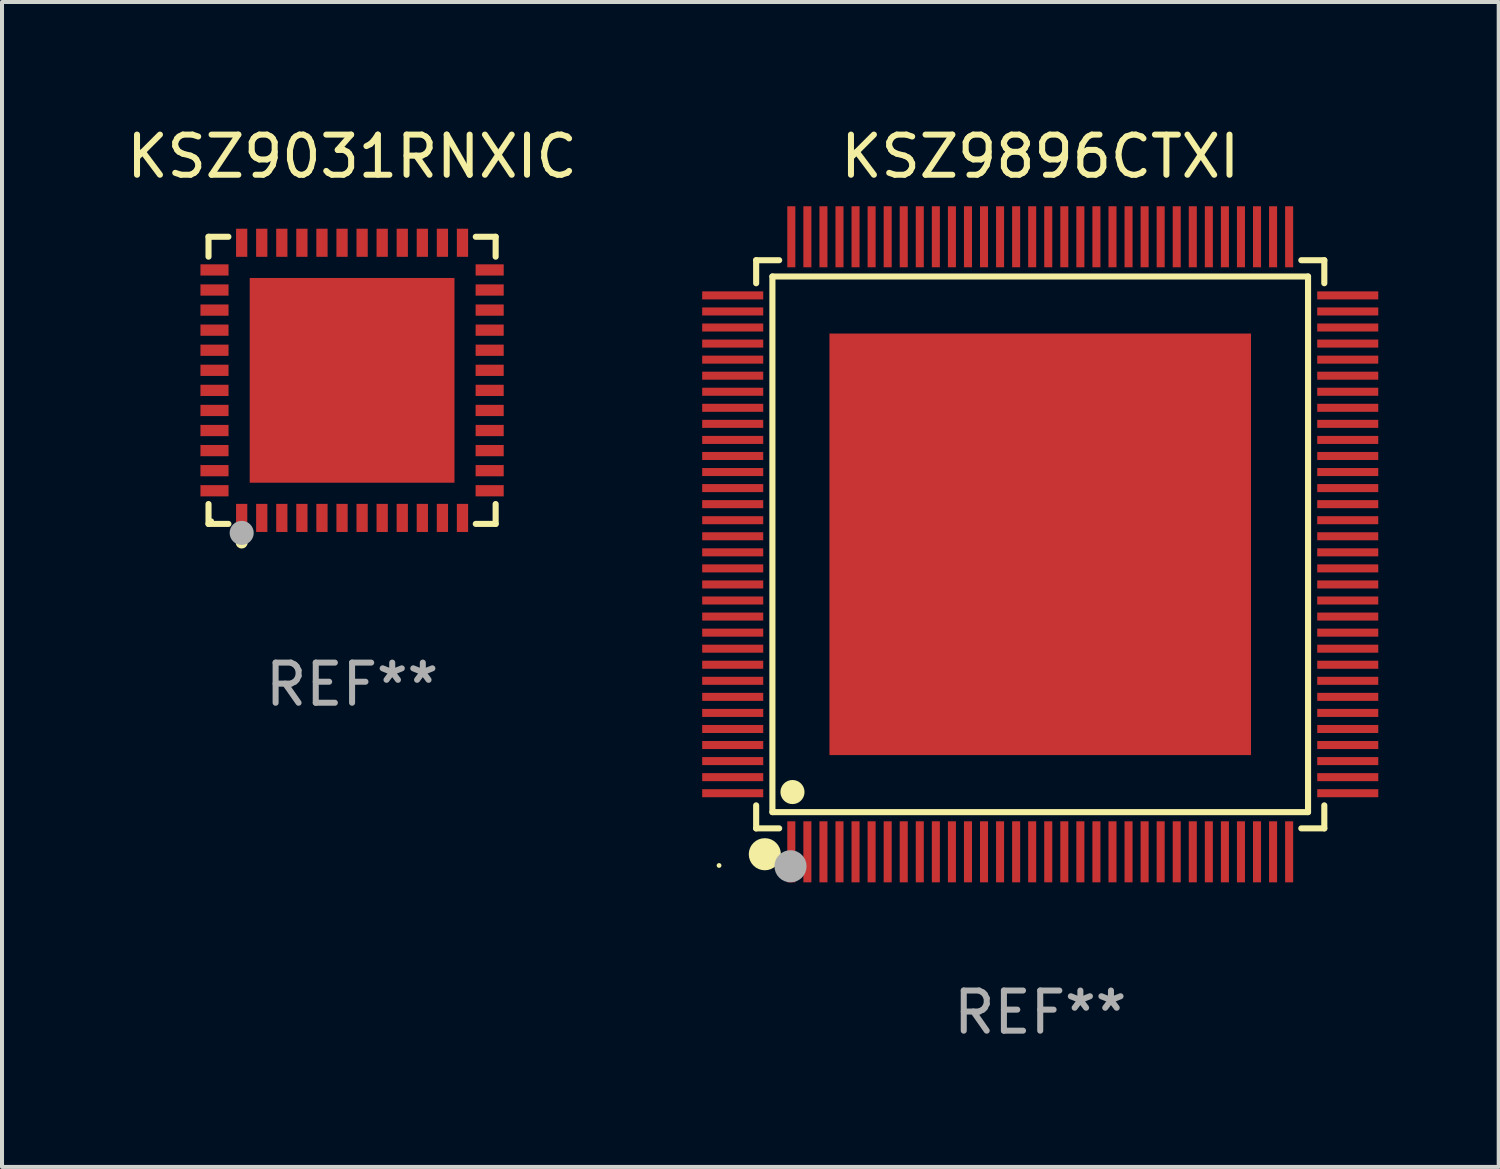
<source format=kicad_pcb>
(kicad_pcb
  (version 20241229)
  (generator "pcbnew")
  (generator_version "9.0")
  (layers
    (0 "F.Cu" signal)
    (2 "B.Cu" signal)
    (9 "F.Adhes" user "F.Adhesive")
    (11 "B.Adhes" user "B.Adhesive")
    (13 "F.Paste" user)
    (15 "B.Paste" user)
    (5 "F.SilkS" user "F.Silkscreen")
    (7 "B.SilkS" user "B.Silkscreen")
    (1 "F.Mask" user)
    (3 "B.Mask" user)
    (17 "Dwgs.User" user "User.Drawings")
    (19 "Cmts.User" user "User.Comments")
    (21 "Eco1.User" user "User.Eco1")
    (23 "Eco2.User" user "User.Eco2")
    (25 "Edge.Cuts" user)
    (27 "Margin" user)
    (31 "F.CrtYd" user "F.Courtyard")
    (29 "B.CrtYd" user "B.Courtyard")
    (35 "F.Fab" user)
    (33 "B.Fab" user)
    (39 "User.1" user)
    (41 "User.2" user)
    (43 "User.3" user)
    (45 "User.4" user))
  (footprint "KSZ9031RNXIC"
    (layer "F.Cu")
    (at 5.72 6.424)
    (property "Reference" "KSZ9031RNXIC" (at 0 -5.576 0) (layer "F.SilkS") (effects (font (size 1 1) (thickness 0.15))))
    (attr through_hole)
    (fp_line (start -3.576 -3.576) (end -3.081 -3.576) (stroke (width 0.152) (type solid)) (layer "F.SilkS"))
    (fp_line (start -3.576 -3.081) (end -3.576 -3.576) (stroke (width 0.152) (type solid)) (layer "F.SilkS"))
    (fp_line (start -3.576 3.081) (end -3.576 3.576) (stroke (width 0.152) (type solid)) (layer "F.SilkS"))
    (fp_line (start -3.576 3.576) (end -3.081 3.576) (stroke (width 0.152) (type solid)) (layer "F.SilkS"))
    (fp_line (start 3.576 -3.576) (end 3.081 -3.576) (stroke (width 0.152) (type solid)) (layer "F.SilkS"))
    (fp_line (start 3.576 -3.081) (end 3.576 -3.576) (stroke (width 0.152) (type solid)) (layer "F.SilkS"))
    (fp_line (start 3.576 3.081) (end 3.576 3.576) (stroke (width 0.152) (type solid)) (layer "F.SilkS"))
    (fp_line (start 3.576 3.576) (end 3.081 3.576) (stroke (width 0.152) (type solid)) (layer "F.SilkS"))
    (fp_circle (center -3.5 3.5) (end -3.47 3.5) (stroke (width 0.06) (type solid)) (fill no) (layer "F.SilkS"))
    (fp_circle (center -2.75 4.04) (end -2.675 4.04) (stroke (width 0.15) (type solid)) (fill no) (layer "F.SilkS"))
    (fp_circle (center -2.75 3.8) (end -2.6 3.8) (stroke (width 0.3) (type solid)) (fill no) (layer "F.Fab"))
    (fp_text user "REF**" (at 0 7.576 0) (layer "F.Fab") (effects (font (size 1 1) (thickness 0.15))))
    (pad "1" smd rect (at -2.75 3.427) (size 0.28 0.7) (layers "F.Cu" "F.Mask" "F.Paste"))
    (pad "2" smd rect (at -2.25 3.427) (size 0.28 0.7) (layers "F.Cu" "F.Mask" "F.Paste"))
    (pad "3" smd rect (at -1.75 3.427) (size 0.28 0.7) (layers "F.Cu" "F.Mask" "F.Paste"))
    (pad "4" smd rect (at -1.25 3.427) (size 0.28 0.7) (layers "F.Cu" "F.Mask" "F.Paste"))
    (pad "5" smd rect (at -0.75 3.427) (size 0.28 0.7) (layers "F.Cu" "F.Mask" "F.Paste"))
    (pad "6" smd rect (at -0.25 3.427) (size 0.28 0.7) (layers "F.Cu" "F.Mask" "F.Paste"))
    (pad "7" smd rect (at 0.25 3.427) (size 0.28 0.7) (layers "F.Cu" "F.Mask" "F.Paste"))
    (pad "8" smd rect (at 0.75 3.427) (size 0.28 0.7) (layers "F.Cu" "F.Mask" "F.Paste"))
    (pad "9" smd rect (at 1.25 3.427) (size 0.28 0.7) (layers "F.Cu" "F.Mask" "F.Paste"))
    (pad "10" smd rect (at 1.75 3.427) (size 0.28 0.7) (layers "F.Cu" "F.Mask" "F.Paste"))
    (pad "11" smd rect (at 2.25 3.427) (size 0.28 0.7) (layers "F.Cu" "F.Mask" "F.Paste"))
    (pad "12" smd rect (at 2.75 3.427) (size 0.28 0.7) (layers "F.Cu" "F.Mask" "F.Paste"))
    (pad "13" smd rect (at 3.427 2.75) (size 0.7 0.28) (layers "F.Cu" "F.Mask" "F.Paste"))
    (pad "14" smd rect (at 3.427 2.25) (size 0.7 0.28) (layers "F.Cu" "F.Mask" "F.Paste"))
    (pad "15" smd rect (at 3.427 1.75) (size 0.7 0.28) (layers "F.Cu" "F.Mask" "F.Paste"))
    (pad "16" smd rect (at 3.427 1.25) (size 0.7 0.28) (layers "F.Cu" "F.Mask" "F.Paste"))
    (pad "17" smd rect (at 3.427 0.75) (size 0.7 0.28) (layers "F.Cu" "F.Mask" "F.Paste"))
    (pad "18" smd rect (at 3.427 0.25) (size 0.7 0.28) (layers "F.Cu" "F.Mask" "F.Paste"))
    (pad "19" smd rect (at 3.427 -0.25) (size 0.7 0.28) (layers "F.Cu" "F.Mask" "F.Paste"))
    (pad "20" smd rect (at 3.427 -0.75) (size 0.7 0.28) (layers "F.Cu" "F.Mask" "F.Paste"))
    (pad "21" smd rect (at 3.427 -1.25) (size 0.7 0.28) (layers "F.Cu" "F.Mask" "F.Paste"))
    (pad "22" smd rect (at 3.427 -1.75) (size 0.7 0.28) (layers "F.Cu" "F.Mask" "F.Paste"))
    (pad "23" smd rect (at 3.427 -2.25) (size 0.7 0.28) (layers "F.Cu" "F.Mask" "F.Paste"))
    (pad "24" smd rect (at 3.427 -2.75) (size 0.7 0.28) (layers "F.Cu" "F.Mask" "F.Paste"))
    (pad "25" smd rect (at 2.75 -3.427) (size 0.28 0.7) (layers "F.Cu" "F.Mask" "F.Paste"))
    (pad "26" smd rect (at 2.25 -3.427) (size 0.28 0.7) (layers "F.Cu" "F.Mask" "F.Paste"))
    (pad "27" smd rect (at 1.75 -3.427) (size 0.28 0.7) (layers "F.Cu" "F.Mask" "F.Paste"))
    (pad "28" smd rect (at 1.25 -3.427) (size 0.28 0.7) (layers "F.Cu" "F.Mask" "F.Paste"))
    (pad "29" smd rect (at 0.75 -3.427) (size 0.28 0.7) (layers "F.Cu" "F.Mask" "F.Paste"))
    (pad "30" smd rect (at 0.25 -3.427) (size 0.28 0.7) (layers "F.Cu" "F.Mask" "F.Paste"))
    (pad "31" smd rect (at -0.25 -3.427) (size 0.28 0.7) (layers "F.Cu" "F.Mask" "F.Paste"))
    (pad "32" smd rect (at -0.75 -3.427) (size 0.28 0.7) (layers "F.Cu" "F.Mask" "F.Paste"))
    (pad "33" smd rect (at -1.25 -3.427) (size 0.28 0.7) (layers "F.Cu" "F.Mask" "F.Paste"))
    (pad "34" smd rect (at -1.75 -3.427) (size 0.28 0.7) (layers "F.Cu" "F.Mask" "F.Paste"))
    (pad "35" smd rect (at -2.25 -3.427) (size 0.28 0.7) (layers "F.Cu" "F.Mask" "F.Paste"))
    (pad "36" smd rect (at -2.75 -3.427) (size 0.28 0.7) (layers "F.Cu" "F.Mask" "F.Paste"))
    (pad "37" smd rect (at -3.427 -2.75) (size 0.7 0.28) (layers "F.Cu" "F.Mask" "F.Paste"))
    (pad "38" smd rect (at -3.427 -2.25) (size 0.7 0.28) (layers "F.Cu" "F.Mask" "F.Paste"))
    (pad "39" smd rect (at -3.427 -1.75) (size 0.7 0.28) (layers "F.Cu" "F.Mask" "F.Paste"))
    (pad "40" smd rect (at -3.427 -1.25) (size 0.7 0.28) (layers "F.Cu" "F.Mask" "F.Paste"))
    (pad "41" smd rect (at -3.427 -0.75) (size 0.7 0.28) (layers "F.Cu" "F.Mask" "F.Paste"))
    (pad "42" smd rect (at -3.427 -0.25) (size 0.7 0.28) (layers "F.Cu" "F.Mask" "F.Paste"))
    (pad "43" smd rect (at -3.427 0.25) (size 0.7 0.28) (layers "F.Cu" "F.Mask" "F.Paste"))
    (pad "44" smd rect (at -3.427 0.75) (size 0.7 0.28) (layers "F.Cu" "F.Mask" "F.Paste"))
    (pad "45" smd rect (at -3.427 1.25) (size 0.7 0.28) (layers "F.Cu" "F.Mask" "F.Paste"))
    (pad "46" smd rect (at -3.427 1.75) (size 0.7 0.28) (layers "F.Cu" "F.Mask" "F.Paste"))
    (pad "47" smd rect (at -3.427 2.25) (size 0.7 0.28) (layers "F.Cu" "F.Mask" "F.Paste"))
    (pad "48" smd rect (at -3.427 2.75) (size 0.7 0.28) (layers "F.Cu" "F.Mask" "F.Paste"))
    (pad "49" smd rect (at 0 0) (size 5.1 5.1) (layers "F.Cu" "F.Mask" "F.Paste")))
  (footprint "KSZ9896CTXI"
    (layer "F.Cu")
    (at 22.861 10.508)
    (property "Reference" "KSZ9896CTXI" (at 0 -9.66 0) (layer "F.SilkS") (effects (font (size 1 1) (thickness 0.15))))
    (attr through_hole)
    (fp_line (start -7.076 -7.076) (end -6.503 -7.076) (stroke (width 0.152) (type solid)) (layer "F.SilkS"))
    (fp_line (start -7.076 -6.503) (end -7.076 -7.076) (stroke (width 0.152) (type solid)) (layer "F.SilkS"))
    (fp_line (start -7.076 6.503) (end -7.076 7.076) (stroke (width 0.152) (type solid)) (layer "F.SilkS"))
    (fp_line (start -7.076 7.076) (end -6.503 7.076) (stroke (width 0.152) (type solid)) (layer "F.SilkS"))
    (fp_line (start -6.671 -6.671) (end 6.671 -6.671) (stroke (width 0.152) (type solid)) (layer "F.SilkS"))
    (fp_line (start -6.671 6.671) (end -6.671 -6.671) (stroke (width 0.152) (type solid)) (layer "F.SilkS"))
    (fp_line (start 6.671 -6.671) (end 6.671 6.671) (stroke (width 0.152) (type solid)) (layer "F.SilkS"))
    (fp_line (start 6.671 6.671) (end -6.671 6.671) (stroke (width 0.152) (type solid)) (layer "F.SilkS"))
    (fp_line (start 7.076 -7.076) (end 6.503 -7.076) (stroke (width 0.152) (type solid)) (layer "F.SilkS"))
    (fp_line (start 7.076 -6.503) (end 7.076 -7.076) (stroke (width 0.152) (type solid)) (layer "F.SilkS"))
    (fp_line (start 7.076 6.503) (end 7.076 7.076) (stroke (width 0.152) (type solid)) (layer "F.SilkS"))
    (fp_line (start 7.076 7.076) (end 6.503 7.076) (stroke (width 0.152) (type solid)) (layer "F.SilkS"))
    (fp_circle (center -8 8) (end -7.97 8) (stroke (width 0.06) (type solid)) (fill no) (layer "F.SilkS"))
    (fp_circle (center -6.86 7.72) (end -6.66 7.72) (stroke (width 0.4) (type solid)) (fill no) (layer "F.SilkS"))
    (fp_circle (center -6.171 6.171) (end -6.021 6.171) (stroke (width 0.3) (type solid)) (fill no) (layer "F.SilkS"))
    (fp_circle (center -6.22 8.02) (end -6.02 8.02) (stroke (width 0.4) (type solid)) (fill no) (layer "F.Fab"))
    (fp_text user "REF**" (at 0 11.66 0) (layer "F.Fab") (effects (font (size 1 1) (thickness 0.15))))
    (pad "1" smd rect (at -6.2 7.66) (size 0.2 1.52) (layers "F.Cu" "F.Mask" "F.Paste"))
    (pad "2" smd rect (at -5.8 7.66) (size 0.2 1.52) (layers "F.Cu" "F.Mask" "F.Paste"))
    (pad "3" smd rect (at -5.4 7.66) (size 0.2 1.52) (layers "F.Cu" "F.Mask" "F.Paste"))
    (pad "4" smd rect (at -5 7.66) (size 0.2 1.52) (layers "F.Cu" "F.Mask" "F.Paste"))
    (pad "5" smd rect (at -4.6 7.66) (size 0.2 1.52) (layers "F.Cu" "F.Mask" "F.Paste"))
    (pad "6" smd rect (at -4.2 7.66) (size 0.2 1.52) (layers "F.Cu" "F.Mask" "F.Paste"))
    (pad "7" smd rect (at -3.8 7.66) (size 0.2 1.52) (layers "F.Cu" "F.Mask" "F.Paste"))
    (pad "8" smd rect (at -3.4 7.66) (size 0.2 1.52) (layers "F.Cu" "F.Mask" "F.Paste"))
    (pad "9" smd rect (at -3 7.66) (size 0.2 1.52) (layers "F.Cu" "F.Mask" "F.Paste"))
    (pad "10" smd rect (at -2.6 7.66) (size 0.2 1.52) (layers "F.Cu" "F.Mask" "F.Paste"))
    (pad "11" smd rect (at -2.2 7.66) (size 0.2 1.52) (layers "F.Cu" "F.Mask" "F.Paste"))
    (pad "12" smd rect (at -1.8 7.66) (size 0.2 1.52) (layers "F.Cu" "F.Mask" "F.Paste"))
    (pad "13" smd rect (at -1.4 7.66) (size 0.2 1.52) (layers "F.Cu" "F.Mask" "F.Paste"))
    (pad "14" smd rect (at -1 7.66) (size 0.2 1.52) (layers "F.Cu" "F.Mask" "F.Paste"))
    (pad "15" smd rect (at -0.6 7.66) (size 0.2 1.52) (layers "F.Cu" "F.Mask" "F.Paste"))
    (pad "16" smd rect (at -0.2 7.66) (size 0.2 1.52) (layers "F.Cu" "F.Mask" "F.Paste"))
    (pad "17" smd rect (at 0.2 7.66) (size 0.2 1.52) (layers "F.Cu" "F.Mask" "F.Paste"))
    (pad "18" smd rect (at 0.6 7.66) (size 0.2 1.52) (layers "F.Cu" "F.Mask" "F.Paste"))
    (pad "19" smd rect (at 1 7.66) (size 0.2 1.52) (layers "F.Cu" "F.Mask" "F.Paste"))
    (pad "20" smd rect (at 1.4 7.66) (size 0.2 1.52) (layers "F.Cu" "F.Mask" "F.Paste"))
    (pad "21" smd rect (at 1.8 7.66) (size 0.2 1.52) (layers "F.Cu" "F.Mask" "F.Paste"))
    (pad "22" smd rect (at 2.2 7.66) (size 0.2 1.52) (layers "F.Cu" "F.Mask" "F.Paste"))
    (pad "23" smd rect (at 2.6 7.66) (size 0.2 1.52) (layers "F.Cu" "F.Mask" "F.Paste"))
    (pad "24" smd rect (at 3 7.66) (size 0.2 1.52) (layers "F.Cu" "F.Mask" "F.Paste"))
    (pad "25" smd rect (at 3.4 7.66) (size 0.2 1.52) (layers "F.Cu" "F.Mask" "F.Paste"))
    (pad "26" smd rect (at 3.8 7.66) (size 0.2 1.52) (layers "F.Cu" "F.Mask" "F.Paste"))
    (pad "27" smd rect (at 4.2 7.66) (size 0.2 1.52) (layers "F.Cu" "F.Mask" "F.Paste"))
    (pad "28" smd rect (at 4.6 7.66) (size 0.2 1.52) (layers "F.Cu" "F.Mask" "F.Paste"))
    (pad "29" smd rect (at 5 7.66) (size 0.2 1.52) (layers "F.Cu" "F.Mask" "F.Paste"))
    (pad "30" smd rect (at 5.4 7.66) (size 0.2 1.52) (layers "F.Cu" "F.Mask" "F.Paste"))
    (pad "31" smd rect (at 5.8 7.66) (size 0.2 1.52) (layers "F.Cu" "F.Mask" "F.Paste"))
    (pad "32" smd rect (at 6.2 7.66) (size 0.2 1.52) (layers "F.Cu" "F.Mask" "F.Paste"))
    (pad "33" smd rect (at 7.66 6.2) (size 1.52 0.2) (layers "F.Cu" "F.Mask" "F.Paste"))
    (pad "34" smd rect (at 7.66 5.8) (size 1.52 0.2) (layers "F.Cu" "F.Mask" "F.Paste"))
    (pad "35" smd rect (at 7.66 5.4) (size 1.52 0.2) (layers "F.Cu" "F.Mask" "F.Paste"))
    (pad "36" smd rect (at 7.66 5) (size 1.52 0.2) (layers "F.Cu" "F.Mask" "F.Paste"))
    (pad "37" smd rect (at 7.66 4.6) (size 1.52 0.2) (layers "F.Cu" "F.Mask" "F.Paste"))
    (pad "38" smd rect (at 7.66 4.2) (size 1.52 0.2) (layers "F.Cu" "F.Mask" "F.Paste"))
    (pad "39" smd rect (at 7.66 3.8) (size 1.52 0.2) (layers "F.Cu" "F.Mask" "F.Paste"))
    (pad "40" smd rect (at 7.66 3.4) (size 1.52 0.2) (layers "F.Cu" "F.Mask" "F.Paste"))
    (pad "41" smd rect (at 7.66 3) (size 1.52 0.2) (layers "F.Cu" "F.Mask" "F.Paste"))
    (pad "42" smd rect (at 7.66 2.6) (size 1.52 0.2) (layers "F.Cu" "F.Mask" "F.Paste"))
    (pad "43" smd rect (at 7.66 2.2) (size 1.52 0.2) (layers "F.Cu" "F.Mask" "F.Paste"))
    (pad "44" smd rect (at 7.66 1.8) (size 1.52 0.2) (layers "F.Cu" "F.Mask" "F.Paste"))
    (pad "45" smd rect (at 7.66 1.4) (size 1.52 0.2) (layers "F.Cu" "F.Mask" "F.Paste"))
    (pad "46" smd rect (at 7.66 1) (size 1.52 0.2) (layers "F.Cu" "F.Mask" "F.Paste"))
    (pad "47" smd rect (at 7.66 0.6) (size 1.52 0.2) (layers "F.Cu" "F.Mask" "F.Paste"))
    (pad "48" smd rect (at 7.66 0.2) (size 1.52 0.2) (layers "F.Cu" "F.Mask" "F.Paste"))
    (pad "49" smd rect (at 7.66 -0.2) (size 1.52 0.2) (layers "F.Cu" "F.Mask" "F.Paste"))
    (pad "50" smd rect (at 7.66 -0.6) (size 1.52 0.2) (layers "F.Cu" "F.Mask" "F.Paste"))
    (pad "51" smd rect (at 7.66 -1) (size 1.52 0.2) (layers "F.Cu" "F.Mask" "F.Paste"))
    (pad "52" smd rect (at 7.66 -1.4) (size 1.52 0.2) (layers "F.Cu" "F.Mask" "F.Paste"))
    (pad "53" smd rect (at 7.66 -1.8) (size 1.52 0.2) (layers "F.Cu" "F.Mask" "F.Paste"))
    (pad "54" smd rect (at 7.66 -2.2) (size 1.52 0.2) (layers "F.Cu" "F.Mask" "F.Paste"))
    (pad "55" smd rect (at 7.66 -2.6) (size 1.52 0.2) (layers "F.Cu" "F.Mask" "F.Paste"))
    (pad "56" smd rect (at 7.66 -3) (size 1.52 0.2) (layers "F.Cu" "F.Mask" "F.Paste"))
    (pad "57" smd rect (at 7.66 -3.4) (size 1.52 0.2) (layers "F.Cu" "F.Mask" "F.Paste"))
    (pad "58" smd rect (at 7.66 -3.8) (size 1.52 0.2) (layers "F.Cu" "F.Mask" "F.Paste"))
    (pad "59" smd rect (at 7.66 -4.2) (size 1.52 0.2) (layers "F.Cu" "F.Mask" "F.Paste"))
    (pad "60" smd rect (at 7.66 -4.6) (size 1.52 0.2) (layers "F.Cu" "F.Mask" "F.Paste"))
    (pad "61" smd rect (at 7.66 -5) (size 1.52 0.2) (layers "F.Cu" "F.Mask" "F.Paste"))
    (pad "62" smd rect (at 7.66 -5.4) (size 1.52 0.2) (layers "F.Cu" "F.Mask" "F.Paste"))
    (pad "63" smd rect (at 7.66 -5.8) (size 1.52 0.2) (layers "F.Cu" "F.Mask" "F.Paste"))
    (pad "64" smd rect (at 7.66 -6.2) (size 1.52 0.2) (layers "F.Cu" "F.Mask" "F.Paste"))
    (pad "65" smd rect (at 6.2 -7.66) (size 0.2 1.52) (layers "F.Cu" "F.Mask" "F.Paste"))
    (pad "66" smd rect (at 5.8 -7.66) (size 0.2 1.52) (layers "F.Cu" "F.Mask" "F.Paste"))
    (pad "67" smd rect (at 5.4 -7.66) (size 0.2 1.52) (layers "F.Cu" "F.Mask" "F.Paste"))
    (pad "68" smd rect (at 5 -7.66) (size 0.2 1.52) (layers "F.Cu" "F.Mask" "F.Paste"))
    (pad "69" smd rect (at 4.6 -7.66) (size 0.2 1.52) (layers "F.Cu" "F.Mask" "F.Paste"))
    (pad "70" smd rect (at 4.2 -7.66) (size 0.2 1.52) (layers "F.Cu" "F.Mask" "F.Paste"))
    (pad "71" smd rect (at 3.8 -7.66) (size 0.2 1.52) (layers "F.Cu" "F.Mask" "F.Paste"))
    (pad "72" smd rect (at 3.4 -7.66) (size 0.2 1.52) (layers "F.Cu" "F.Mask" "F.Paste"))
    (pad "73" smd rect (at 3 -7.66) (size 0.2 1.52) (layers "F.Cu" "F.Mask" "F.Paste"))
    (pad "74" smd rect (at 2.6 -7.66) (size 0.2 1.52) (layers "F.Cu" "F.Mask" "F.Paste"))
    (pad "75" smd rect (at 2.2 -7.66) (size 0.2 1.52) (layers "F.Cu" "F.Mask" "F.Paste"))
    (pad "76" smd rect (at 1.8 -7.66) (size 0.2 1.52) (layers "F.Cu" "F.Mask" "F.Paste"))
    (pad "77" smd rect (at 1.4 -7.66) (size 0.2 1.52) (layers "F.Cu" "F.Mask" "F.Paste"))
    (pad "78" smd rect (at 1 -7.66) (size 0.2 1.52) (layers "F.Cu" "F.Mask" "F.Paste"))
    (pad "79" smd rect (at 0.6 -7.66) (size 0.2 1.52) (layers "F.Cu" "F.Mask" "F.Paste"))
    (pad "80" smd rect (at 0.2 -7.66) (size 0.2 1.52) (layers "F.Cu" "F.Mask" "F.Paste"))
    (pad "81" smd rect (at -0.2 -7.66) (size 0.2 1.52) (layers "F.Cu" "F.Mask" "F.Paste"))
    (pad "82" smd rect (at -0.6 -7.66) (size 0.2 1.52) (layers "F.Cu" "F.Mask" "F.Paste"))
    (pad "83" smd rect (at -1 -7.66) (size 0.2 1.52) (layers "F.Cu" "F.Mask" "F.Paste"))
    (pad "84" smd rect (at -1.4 -7.66) (size 0.2 1.52) (layers "F.Cu" "F.Mask" "F.Paste"))
    (pad "85" smd rect (at -1.8 -7.66) (size 0.2 1.52) (layers "F.Cu" "F.Mask" "F.Paste"))
    (pad "86" smd rect (at -2.2 -7.66) (size 0.2 1.52) (layers "F.Cu" "F.Mask" "F.Paste"))
    (pad "87" smd rect (at -2.6 -7.66) (size 0.2 1.52) (layers "F.Cu" "F.Mask" "F.Paste"))
    (pad "88" smd rect (at -3 -7.66) (size 0.2 1.52) (layers "F.Cu" "F.Mask" "F.Paste"))
    (pad "89" smd rect (at -3.4 -7.66) (size 0.2 1.52) (layers "F.Cu" "F.Mask" "F.Paste"))
    (pad "90" smd rect (at -3.8 -7.66) (size 0.2 1.52) (layers "F.Cu" "F.Mask" "F.Paste"))
    (pad "91" smd rect (at -4.2 -7.66) (size 0.2 1.52) (layers "F.Cu" "F.Mask" "F.Paste"))
    (pad "92" smd rect (at -4.6 -7.66) (size 0.2 1.52) (layers "F.Cu" "F.Mask" "F.Paste"))
    (pad "93" smd rect (at -5 -7.66) (size 0.2 1.52) (layers "F.Cu" "F.Mask" "F.Paste"))
    (pad "94" smd rect (at -5.4 -7.66) (size 0.2 1.52) (layers "F.Cu" "F.Mask" "F.Paste"))
    (pad "95" smd rect (at -5.8 -7.66) (size 0.2 1.52) (layers "F.Cu" "F.Mask" "F.Paste"))
    (pad "96" smd rect (at -6.2 -7.66) (size 0.2 1.52) (layers "F.Cu" "F.Mask" "F.Paste"))
    (pad "97" smd rect (at -7.66 -6.2) (size 1.52 0.2) (layers "F.Cu" "F.Mask" "F.Paste"))
    (pad "98" smd rect (at -7.66 -5.8) (size 1.52 0.2) (layers "F.Cu" "F.Mask" "F.Paste"))
    (pad "99" smd rect (at -7.66 -5.4) (size 1.52 0.2) (layers "F.Cu" "F.Mask" "F.Paste"))
    (pad "100" smd rect (at -7.66 -5) (size 1.52 0.2) (layers "F.Cu" "F.Mask" "F.Paste"))
    (pad "101" smd rect (at -7.66 -4.6) (size 1.52 0.2) (layers "F.Cu" "F.Mask" "F.Paste"))
    (pad "102" smd rect (at -7.66 -4.2) (size 1.52 0.2) (layers "F.Cu" "F.Mask" "F.Paste"))
    (pad "103" smd rect (at -7.66 -3.8) (size 1.52 0.2) (layers "F.Cu" "F.Mask" "F.Paste"))
    (pad "104" smd rect (at -7.66 -3.4) (size 1.52 0.2) (layers "F.Cu" "F.Mask" "F.Paste"))
    (pad "105" smd rect (at -7.66 -3) (size 1.52 0.2) (layers "F.Cu" "F.Mask" "F.Paste"))
    (pad "106" smd rect (at -7.66 -2.6) (size 1.52 0.2) (layers "F.Cu" "F.Mask" "F.Paste"))
    (pad "107" smd rect (at -7.66 -2.2) (size 1.52 0.2) (layers "F.Cu" "F.Mask" "F.Paste"))
    (pad "108" smd rect (at -7.66 -1.8) (size 1.52 0.2) (layers "F.Cu" "F.Mask" "F.Paste"))
    (pad "109" smd rect (at -7.66 -1.4) (size 1.52 0.2) (layers "F.Cu" "F.Mask" "F.Paste"))
    (pad "110" smd rect (at -7.66 -1) (size 1.52 0.2) (layers "F.Cu" "F.Mask" "F.Paste"))
    (pad "111" smd rect (at -7.66 -0.6) (size 1.52 0.2) (layers "F.Cu" "F.Mask" "F.Paste"))
    (pad "112" smd rect (at -7.66 -0.2) (size 1.52 0.2) (layers "F.Cu" "F.Mask" "F.Paste"))
    (pad "113" smd rect (at -7.66 0.2) (size 1.52 0.2) (layers "F.Cu" "F.Mask" "F.Paste"))
    (pad "114" smd rect (at -7.66 0.6) (size 1.52 0.2) (layers "F.Cu" "F.Mask" "F.Paste"))
    (pad "115" smd rect (at -7.66 1) (size 1.52 0.2) (layers "F.Cu" "F.Mask" "F.Paste"))
    (pad "116" smd rect (at -7.66 1.4) (size 1.52 0.2) (layers "F.Cu" "F.Mask" "F.Paste"))
    (pad "117" smd rect (at -7.66 1.8) (size 1.52 0.2) (layers "F.Cu" "F.Mask" "F.Paste"))
    (pad "118" smd rect (at -7.66 2.2) (size 1.52 0.2) (layers "F.Cu" "F.Mask" "F.Paste"))
    (pad "119" smd rect (at -7.66 2.6) (size 1.52 0.2) (layers "F.Cu" "F.Mask" "F.Paste"))
    (pad "120" smd rect (at -7.66 3) (size 1.52 0.2) (layers "F.Cu" "F.Mask" "F.Paste"))
    (pad "121" smd rect (at -7.66 3.4) (size 1.52 0.2) (layers "F.Cu" "F.Mask" "F.Paste"))
    (pad "122" smd rect (at -7.66 3.8) (size 1.52 0.2) (layers "F.Cu" "F.Mask" "F.Paste"))
    (pad "123" smd rect (at -7.66 4.2) (size 1.52 0.2) (layers "F.Cu" "F.Mask" "F.Paste"))
    (pad "124" smd rect (at -7.66 4.6) (size 1.52 0.2) (layers "F.Cu" "F.Mask" "F.Paste"))
    (pad "125" smd rect (at -7.66 5) (size 1.52 0.2) (layers "F.Cu" "F.Mask" "F.Paste"))
    (pad "126" smd rect (at -7.66 5.4) (size 1.52 0.2) (layers "F.Cu" "F.Mask" "F.Paste"))
    (pad "127" smd rect (at -7.66 5.8) (size 1.52 0.2) (layers "F.Cu" "F.Mask" "F.Paste"))
    (pad "128" smd rect (at -7.66 6.2) (size 1.52 0.2) (layers "F.Cu" "F.Mask" "F.Paste"))
    (pad "129" smd rect (at 0 0) (size 10.5 10.5) (layers "F.Cu" "F.Mask" "F.Paste")))
  (gr_rect
    (start -3 -3)
    (end 34.281 26.017)
    (stroke (width 0.1) (type default))
    (fill no)
    (layer "Edge.Cuts")))
</source>
